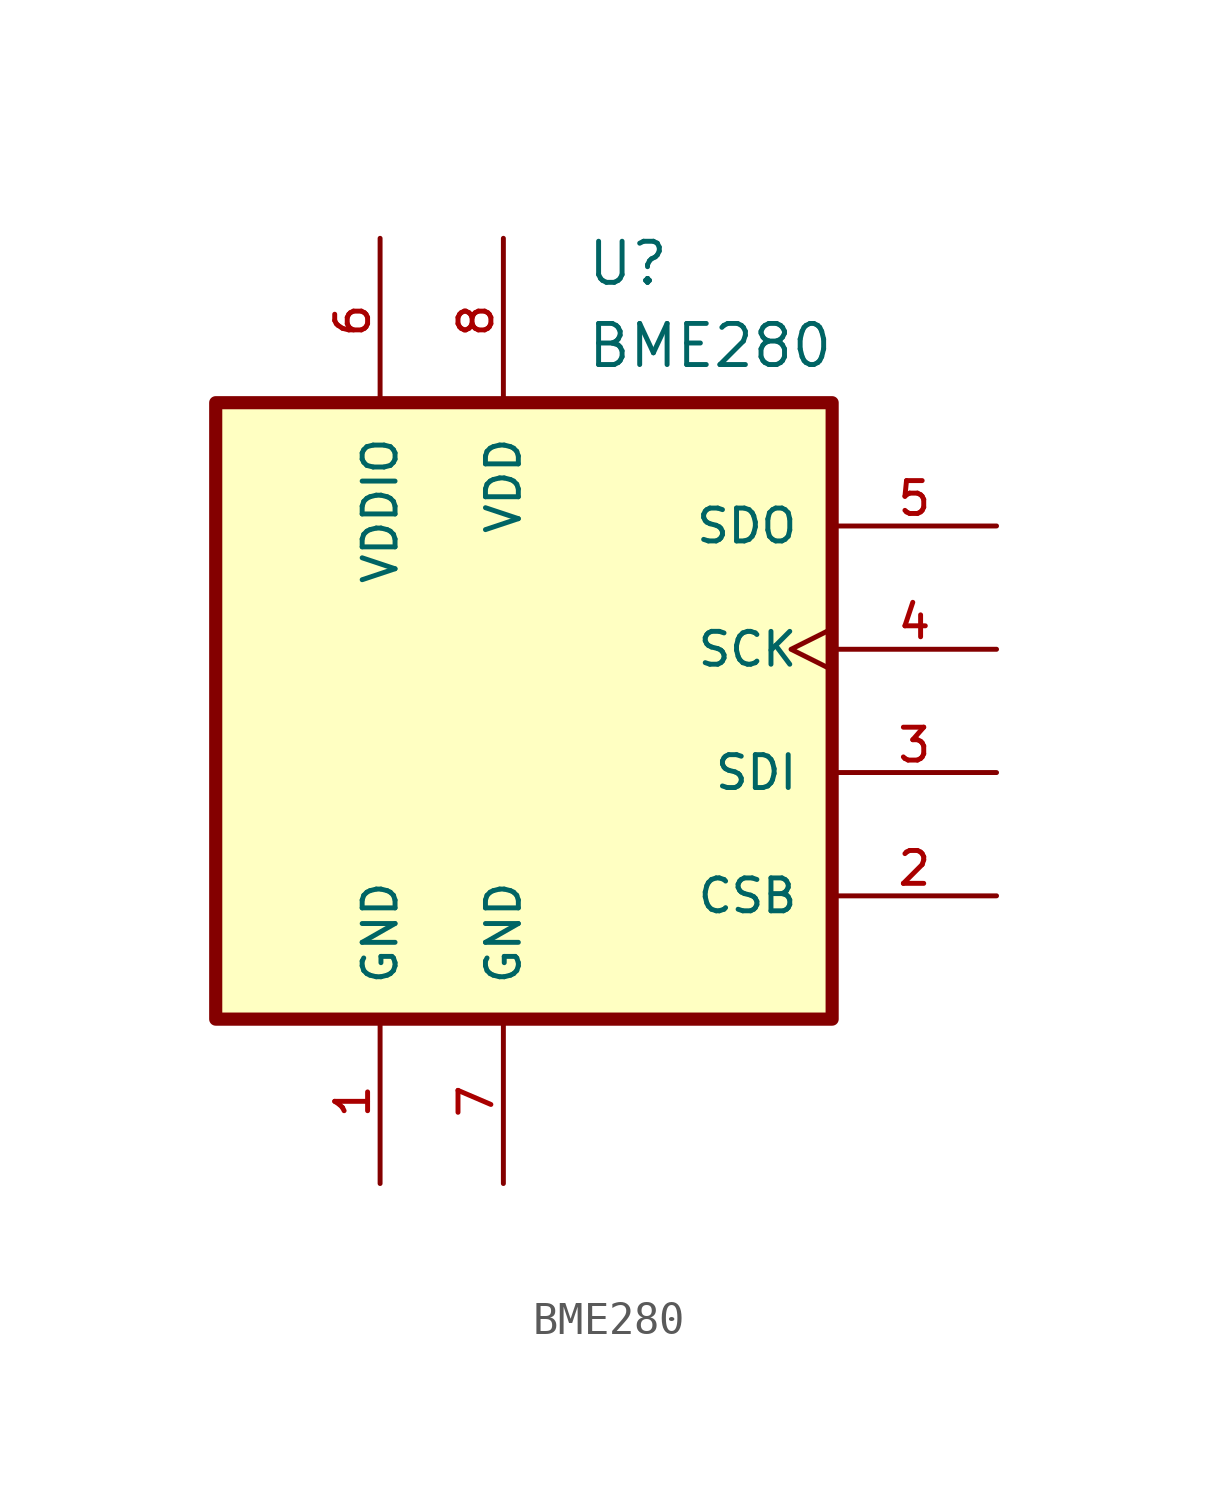
<source format=kicad_sym>
(kicad_symbol_lib
  (version 20241209)
  (generator "kicad_symbol_editor")
  (generator_version "9.0")
  (symbol "BME280"
    (pin_names
      (offset 1.016))
    (property "Reference" "U"
      (at 2.54 16.256 0)
      (effects (font (size 1.27 1.27)) (justify left bottom)))
    (property "Value" "BME280"
      (at 2.54 13.716 0)
      (effects (font (size 1.27 1.27)) (justify left bottom)))
    (symbol "BME280_0_0"
      (rectangle (start -8.89 12.7) (end 10.16 -6.35) (stroke (width 0.406) (type default)) (fill (type background)))
      (pin power_in line (at -3.81 17.78 270) (length 5.08) (name "VDDIO" (effects (font (size 1.016 1.016)))) (number "6" (effects (font (size 1.016 1.016)))))
      (pin power_in line (at -3.81 -11.43 90) (length 5.08) (name "GND" (effects (font (size 1.016 1.016)))) (number "1" (effects (font (size 1.016 1.016)))))
      (pin power_in line (at 0 17.78 270) (length 5.08) (name "VDD" (effects (font (size 1.016 1.016)))) (number "8" (effects (font (size 1.016 1.016)))))
      (pin input line (at 15.24 8.89 180) (length 5.08) (name "SDO" (effects (font (size 1.016 1.016)))) (number "5" (effects (font (size 1.016 1.016)))))
      (pin input clock (at 15.24 5.08 180) (length 5.08) (name "SCK" (effects (font (size 1.016 1.016)))) (number "4" (effects (font (size 1.016 1.016)))))
      (pin bidirectional line (at 15.24 1.27 180) (length 5.08) (name "SDI" (effects (font (size 1.016 1.016)))) (number "3" (effects (font (size 1.016 1.016)))))
      (pin input line (at 15.24 -2.54 180) (length 5.08) (name "CSB" (effects (font (size 1.016 1.016)))) (number "2" (effects (font (size 1.016 1.016))))))
    (symbol "BME280_1_0"
      (pin power_in line (at 0 -11.43 90) (length 5.08) (name "GND" (effects (font (size 1.016 1.016)))) (number "7" (effects (font (size 1.016 1.016))))))))
</source>
